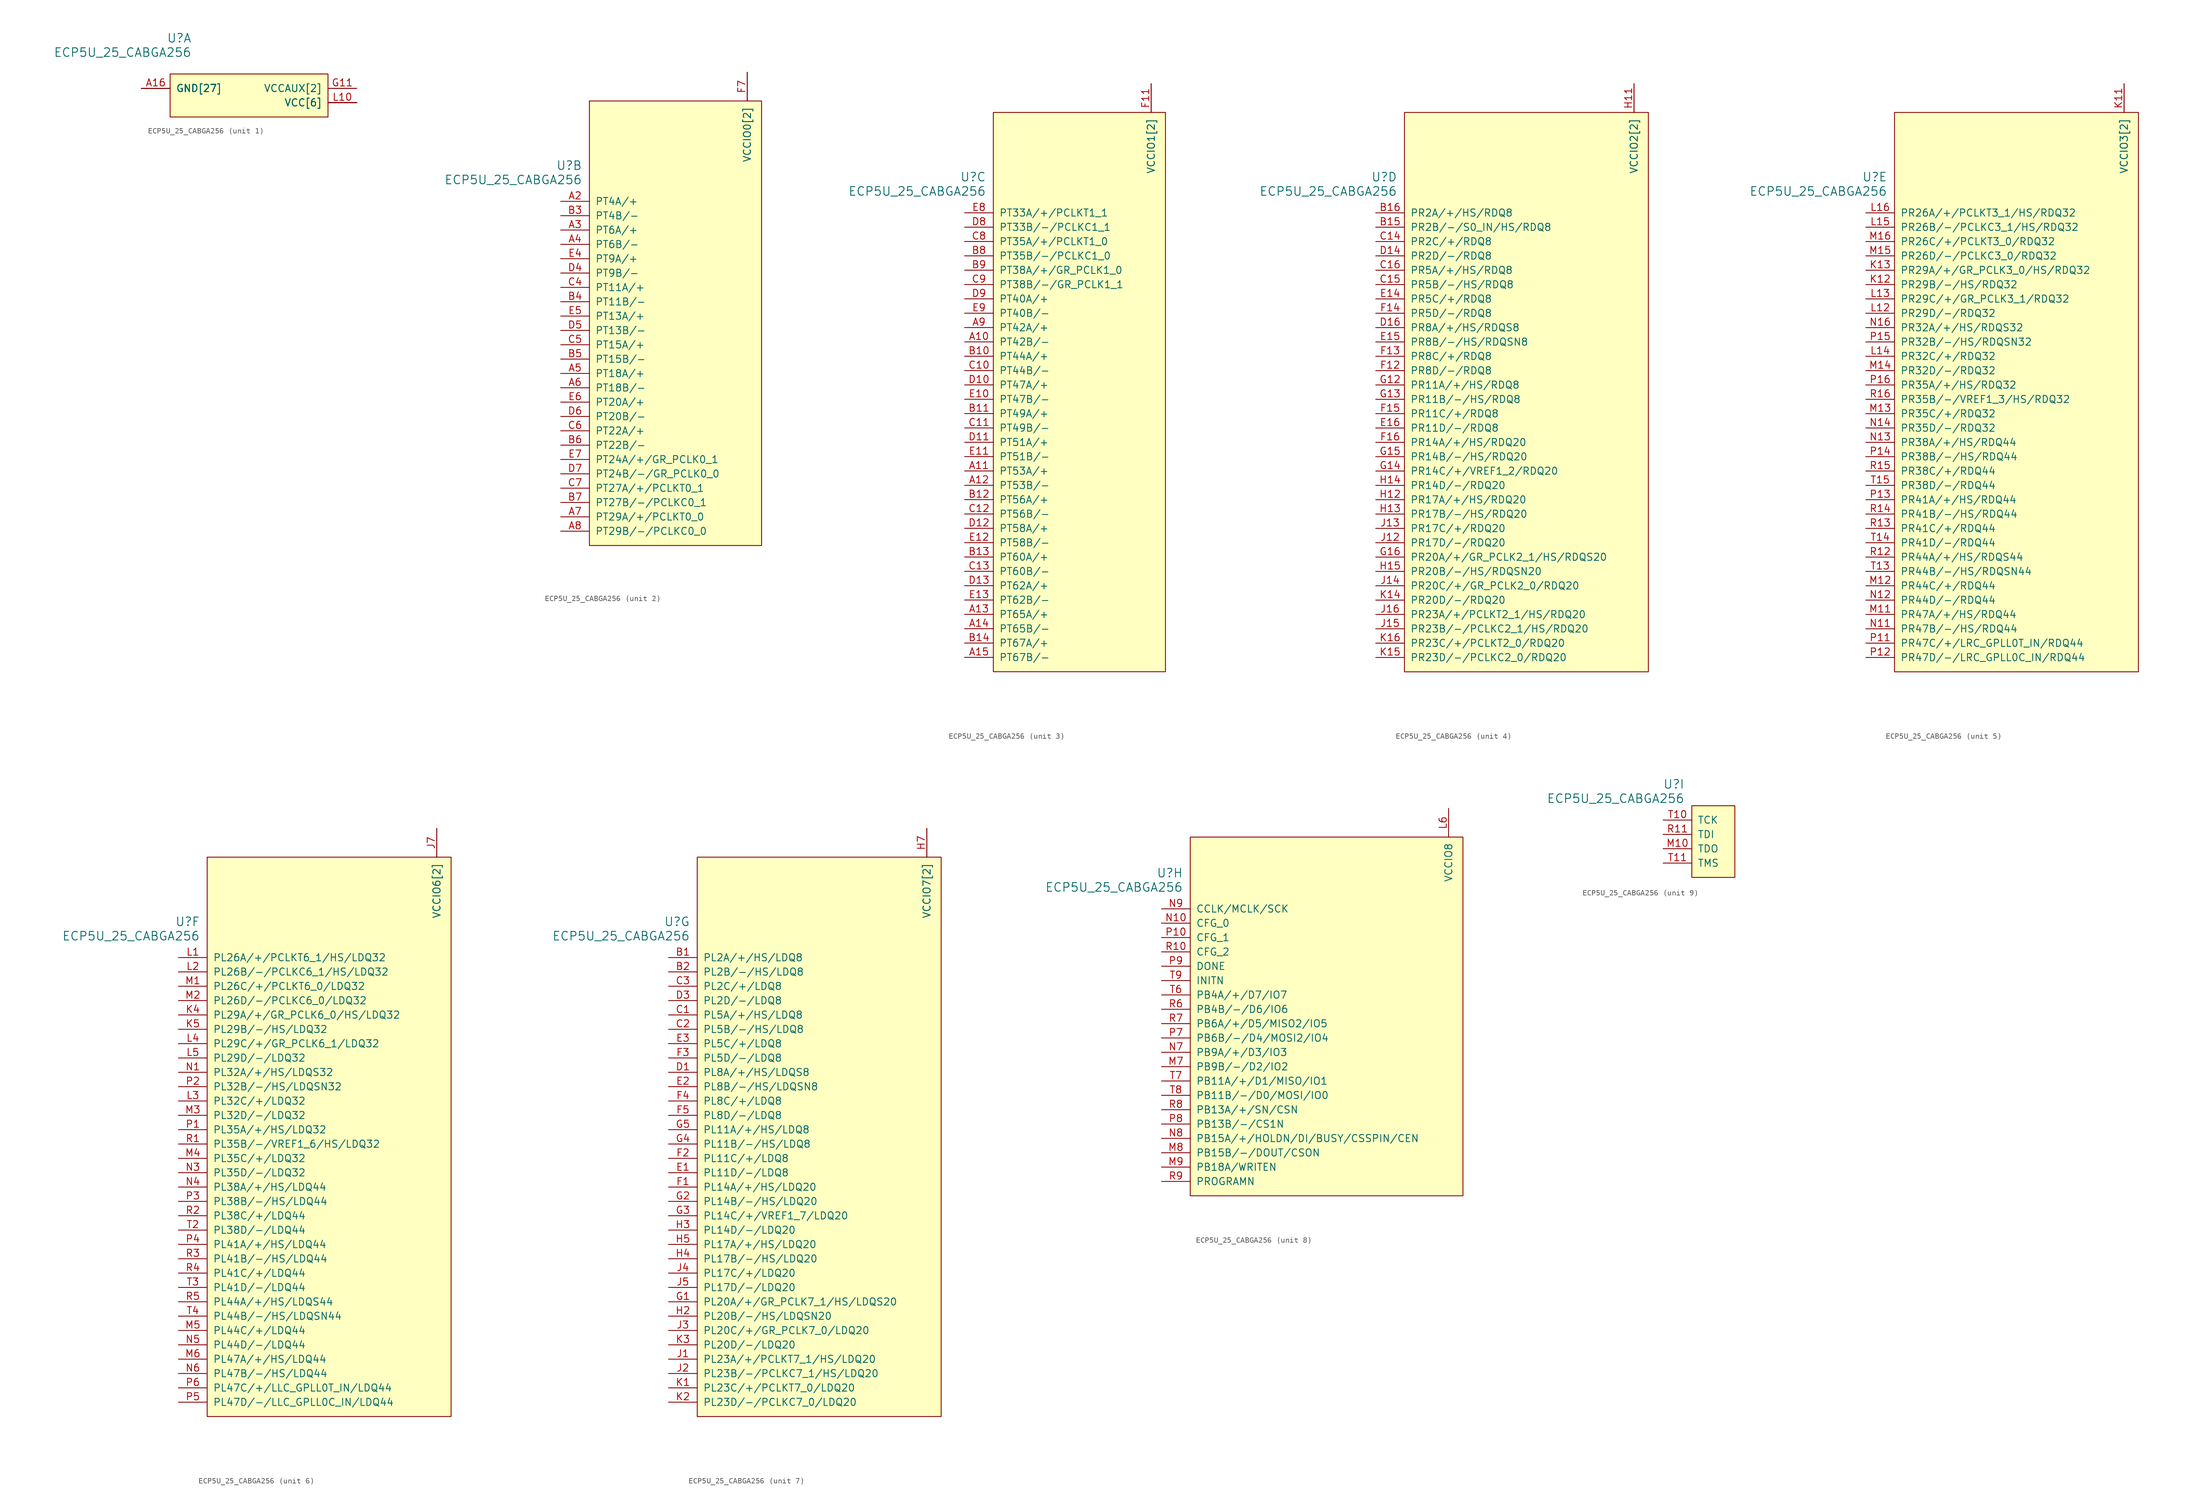
<source format=kicad_sym>
(kicad_symbol_lib
  (version 20231120)
  (generator "kicad_symbol_editor")
  (generator_version "8.0")
  (symbol "ECP5U_25_CABGA256"
    (pin_names
      (offset 1.016))
    (property "Reference" "U"
      (at 3.81 6.35 0)
      (effects (font (size 1.524 1.524)) (justify right)))
    (property "Value" "ECP5U_25_CABGA256"
      (at 3.81 3.81 0)
      (effects (font (size 1.524 1.524)) (justify right)))
    (property "ki_locked" ""
      (at 0 0 0)
      (effects (font (size 1.27 1.27))))
    (symbol "ECP5U_25_CABGA256_1_1"
      (rectangle (start 27.94 0) (end 0 -7.62) (stroke (width 0) (type default)) (fill (type background)))
      (pin power_in line (at -5.08 -2.54 0) (length 5.08) (name "GND[27]" (effects (font (size 1.27 1.27)))) (number "A1" (effects (font (size 0 0)))))
      (pin power_in line (at -5.08 -2.54 0) (length 5.08) (name "GND[27]" (effects (font (size 1.27 1.27)))) (number "A16" (effects (font (size 1.27 1.27)))))
      (pin power_in line (at -5.08 -2.54 0) (length 5.08) (name "GND[27]" (effects (font (size 1.27 1.27)))) (number "D15" (effects (font (size 0 0)))))
      (pin power_in line (at -5.08 -2.54 0) (length 5.08) (name "GND[27]" (effects (font (size 1.27 1.27)))) (number "D2" (effects (font (size 0 0)))))
      (pin power_in line (at -5.08 -2.54 0) (length 5.08) (name "GND[27]" (effects (font (size 1.27 1.27)))) (number "F8" (effects (font (size 0 0)))))
      (pin power_in line (at -5.08 -2.54 0) (length 5.08) (name "GND[27]" (effects (font (size 1.27 1.27)))) (number "F9" (effects (font (size 0 0)))))
      (pin power_in line (at -5.08 -2.54 0) (length 5.08) (name "GND[27]" (effects (font (size 1.27 1.27)))) (number "G10" (effects (font (size 0 0)))))
      (pin power_in line (at 33.02 -2.54 180) (length 5.08) (name "VCCAUX[2]" (effects (font (size 1.27 1.27)))) (number "G11" (effects (font (size 1.27 1.27)))))
      (pin power_in line (at 33.02 -5.08 180) (length 5.08) (name "VCC[6]" (effects (font (size 1.27 1.27)))) (number "G6" (effects (font (size 0 0)))))
      (pin power_in line (at 33.02 -5.08 180) (length 5.08) (name "VCC[6]" (effects (font (size 1.27 1.27)))) (number "G7" (effects (font (size 0 0)))))
      (pin power_in line (at -5.08 -2.54 0) (length 5.08) (name "GND[27]" (effects (font (size 1.27 1.27)))) (number "G8" (effects (font (size 0 0)))))
      (pin power_in line (at 33.02 -5.08 180) (length 5.08) (name "VCC[6]" (effects (font (size 1.27 1.27)))) (number "G9" (effects (font (size 0 0)))))
      (pin power_in line (at -5.08 -2.54 0) (length 5.08) (name "GND[27]" (effects (font (size 1.27 1.27)))) (number "H1" (effects (font (size 0 0)))))
      (pin power_in line (at -5.08 -2.54 0) (length 5.08) (name "GND[27]" (effects (font (size 1.27 1.27)))) (number "H10" (effects (font (size 0 0)))))
      (pin power_in line (at -5.08 -2.54 0) (length 5.08) (name "GND[27]" (effects (font (size 1.27 1.27)))) (number "H16" (effects (font (size 0 0)))))
      (pin power_in line (at -5.08 -2.54 0) (length 5.08) (name "GND[27]" (effects (font (size 1.27 1.27)))) (number "H8" (effects (font (size 0 0)))))
      (pin power_in line (at -5.08 -2.54 0) (length 5.08) (name "GND[27]" (effects (font (size 1.27 1.27)))) (number "H9" (effects (font (size 0 0)))))
      (pin power_in line (at -5.08 -2.54 0) (length 5.08) (name "GND[27]" (effects (font (size 1.27 1.27)))) (number "J10" (effects (font (size 0 0)))))
      (pin power_in line (at -5.08 -2.54 0) (length 5.08) (name "GND[27]" (effects (font (size 1.27 1.27)))) (number "J8" (effects (font (size 0 0)))))
      (pin power_in line (at -5.08 -2.54 0) (length 5.08) (name "GND[27]" (effects (font (size 1.27 1.27)))) (number "J9" (effects (font (size 0 0)))))
      (pin power_in line (at -5.08 -2.54 0) (length 5.08) (name "GND[27]" (effects (font (size 1.27 1.27)))) (number "K10" (effects (font (size 0 0)))))
      (pin power_in line (at -5.08 -2.54 0) (length 5.08) (name "GND[27]" (effects (font (size 1.27 1.27)))) (number "K6" (effects (font (size 0 0)))))
      (pin power_in line (at -5.08 -2.54 0) (length 5.08) (name "GND[27]" (effects (font (size 1.27 1.27)))) (number "K7" (effects (font (size 0 0)))))
      (pin power_in line (at -5.08 -2.54 0) (length 5.08) (name "GND[27]" (effects (font (size 1.27 1.27)))) (number "K8" (effects (font (size 0 0)))))
      (pin power_in line (at -5.08 -2.54 0) (length 5.08) (name "GND[27]" (effects (font (size 1.27 1.27)))) (number "K9" (effects (font (size 0 0)))))
      (pin power_in line (at 33.02 -5.08 180) (length 5.08) (name "VCC[6]" (effects (font (size 1.27 1.27)))) (number "L10" (effects (font (size 1.27 1.27)))))
      (pin power_in line (at 33.02 -2.54 180) (length 5.08) (name "VCCAUX[2]" (effects (font (size 1.27 1.27)))) (number "L7" (effects (font (size 0 0)))))
      (pin power_in line (at 33.02 -5.08 180) (length 5.08) (name "VCC[6]" (effects (font (size 1.27 1.27)))) (number "L8" (effects (font (size 0 0)))))
      (pin power_in line (at 33.02 -5.08 180) (length 5.08) (name "VCC[6]" (effects (font (size 1.27 1.27)))) (number "L9" (effects (font (size 0 0)))))
      (pin power_in line (at -5.08 -2.54 0) (length 5.08) (name "GND[27]" (effects (font (size 1.27 1.27)))) (number "N15" (effects (font (size 0 0)))))
      (pin power_in line (at -5.08 -2.54 0) (length 5.08) (name "GND[27]" (effects (font (size 1.27 1.27)))) (number "N2" (effects (font (size 0 0)))))
      (pin power_in line (at -5.08 -2.54 0) (length 5.08) (name "GND[27]" (effects (font (size 1.27 1.27)))) (number "T1" (effects (font (size 0 0)))))
      (pin power_in line (at -5.08 -2.54 0) (length 5.08) (name "GND[27]" (effects (font (size 1.27 1.27)))) (number "T12" (effects (font (size 0 0)))))
      (pin power_in line (at -5.08 -2.54 0) (length 5.08) (name "GND[27]" (effects (font (size 1.27 1.27)))) (number "T16" (effects (font (size 0 0)))))
      (pin power_in line (at -5.08 -2.54 0) (length 5.08) (name "GND[27]" (effects (font (size 1.27 1.27)))) (number "T5" (effects (font (size 0 0))))))
    (symbol "ECP5U_25_CABGA256_2_1"
      (rectangle (start 5.08 17.78) (end 35.56 -60.96) (stroke (width 0) (type default)) (fill (type background)))
      (pin bidirectional line (at 0 0 0) (length 5.08) (name "PT4A/+" (effects (font (size 1.27 1.27)))) (number "A2" (effects (font (size 1.27 1.27)))))
      (pin bidirectional line (at 0 -5.08 0) (length 5.08) (name "PT6A/+" (effects (font (size 1.27 1.27)))) (number "A3" (effects (font (size 1.27 1.27)))))
      (pin bidirectional line (at 0 -7.62 0) (length 5.08) (name "PT6B/-" (effects (font (size 1.27 1.27)))) (number "A4" (effects (font (size 1.27 1.27)))))
      (pin bidirectional line (at 0 -30.48 0) (length 5.08) (name "PT18A/+" (effects (font (size 1.27 1.27)))) (number "A5" (effects (font (size 1.27 1.27)))))
      (pin bidirectional line (at 0 -33.02 0) (length 5.08) (name "PT18B/-" (effects (font (size 1.27 1.27)))) (number "A6" (effects (font (size 1.27 1.27)))))
      (pin bidirectional line (at 0 -55.88 0) (length 5.08) (name "PT29A/+/PCLKT0_0" (effects (font (size 1.27 1.27)))) (number "A7" (effects (font (size 1.27 1.27)))))
      (pin bidirectional line (at 0 -58.42 0) (length 5.08) (name "PT29B/-/PCLKC0_0" (effects (font (size 1.27 1.27)))) (number "A8" (effects (font (size 1.27 1.27)))))
      (pin bidirectional line (at 0 -2.54 0) (length 5.08) (name "PT4B/-" (effects (font (size 1.27 1.27)))) (number "B3" (effects (font (size 1.27 1.27)))))
      (pin bidirectional line (at 0 -17.78 0) (length 5.08) (name "PT11B/-" (effects (font (size 1.27 1.27)))) (number "B4" (effects (font (size 1.27 1.27)))))
      (pin bidirectional line (at 0 -27.94 0) (length 5.08) (name "PT15B/-" (effects (font (size 1.27 1.27)))) (number "B5" (effects (font (size 1.27 1.27)))))
      (pin bidirectional line (at 0 -43.18 0) (length 5.08) (name "PT22B/-" (effects (font (size 1.27 1.27)))) (number "B6" (effects (font (size 1.27 1.27)))))
      (pin bidirectional line (at 0 -53.34 0) (length 5.08) (name "PT27B/-/PCLKC0_1" (effects (font (size 1.27 1.27)))) (number "B7" (effects (font (size 1.27 1.27)))))
      (pin bidirectional line (at 0 -15.24 0) (length 5.08) (name "PT11A/+" (effects (font (size 1.27 1.27)))) (number "C4" (effects (font (size 1.27 1.27)))))
      (pin bidirectional line (at 0 -25.4 0) (length 5.08) (name "PT15A/+" (effects (font (size 1.27 1.27)))) (number "C5" (effects (font (size 1.27 1.27)))))
      (pin bidirectional line (at 0 -40.64 0) (length 5.08) (name "PT22A/+" (effects (font (size 1.27 1.27)))) (number "C6" (effects (font (size 1.27 1.27)))))
      (pin bidirectional line (at 0 -50.8 0) (length 5.08) (name "PT27A/+/PCLKT0_1" (effects (font (size 1.27 1.27)))) (number "C7" (effects (font (size 1.27 1.27)))))
      (pin bidirectional line (at 0 -12.7 0) (length 5.08) (name "PT9B/-" (effects (font (size 1.27 1.27)))) (number "D4" (effects (font (size 1.27 1.27)))))
      (pin bidirectional line (at 0 -22.86 0) (length 5.08) (name "PT13B/-" (effects (font (size 1.27 1.27)))) (number "D5" (effects (font (size 1.27 1.27)))))
      (pin bidirectional line (at 0 -38.1 0) (length 5.08) (name "PT20B/-" (effects (font (size 1.27 1.27)))) (number "D6" (effects (font (size 1.27 1.27)))))
      (pin bidirectional line (at 0 -48.26 0) (length 5.08) (name "PT24B/-/GR_PCLK0_0" (effects (font (size 1.27 1.27)))) (number "D7" (effects (font (size 1.27 1.27)))))
      (pin bidirectional line (at 0 -10.16 0) (length 5.08) (name "PT9A/+" (effects (font (size 1.27 1.27)))) (number "E4" (effects (font (size 1.27 1.27)))))
      (pin bidirectional line (at 0 -20.32 0) (length 5.08) (name "PT13A/+" (effects (font (size 1.27 1.27)))) (number "E5" (effects (font (size 1.27 1.27)))))
      (pin bidirectional line (at 0 -35.56 0) (length 5.08) (name "PT20A/+" (effects (font (size 1.27 1.27)))) (number "E6" (effects (font (size 1.27 1.27)))))
      (pin bidirectional line (at 0 -45.72 0) (length 5.08) (name "PT24A/+/GR_PCLK0_1" (effects (font (size 1.27 1.27)))) (number "E7" (effects (font (size 1.27 1.27)))))
      (pin power_in line (at 33.02 22.86 270) (length 5.08) (name "VCCIO0[2]" (effects (font (size 1.27 1.27)))) (number "F6" (effects (font (size 0 0)))))
      (pin power_in line (at 33.02 22.86 270) (length 5.08) (name "VCCIO0[2]" (effects (font (size 1.27 1.27)))) (number "F7" (effects (font (size 1.27 1.27))))))
    (symbol "ECP5U_25_CABGA256_3_1"
      (rectangle (start 5.08 17.78) (end 35.56 -81.28) (stroke (width 0) (type default)) (fill (type background)))
      (pin bidirectional line (at 0 -22.86 0) (length 5.08) (name "PT42B/-" (effects (font (size 1.27 1.27)))) (number "A10" (effects (font (size 1.27 1.27)))))
      (pin bidirectional line (at 0 -45.72 0) (length 5.08) (name "PT53A/+" (effects (font (size 1.27 1.27)))) (number "A11" (effects (font (size 1.27 1.27)))))
      (pin bidirectional line (at 0 -48.26 0) (length 5.08) (name "PT53B/-" (effects (font (size 1.27 1.27)))) (number "A12" (effects (font (size 1.27 1.27)))))
      (pin bidirectional line (at 0 -71.12 0) (length 5.08) (name "PT65A/+" (effects (font (size 1.27 1.27)))) (number "A13" (effects (font (size 1.27 1.27)))))
      (pin bidirectional line (at 0 -73.66 0) (length 5.08) (name "PT65B/-" (effects (font (size 1.27 1.27)))) (number "A14" (effects (font (size 1.27 1.27)))))
      (pin bidirectional line (at 0 -78.74 0) (length 5.08) (name "PT67B/-" (effects (font (size 1.27 1.27)))) (number "A15" (effects (font (size 1.27 1.27)))))
      (pin bidirectional line (at 0 -20.32 0) (length 5.08) (name "PT42A/+" (effects (font (size 1.27 1.27)))) (number "A9" (effects (font (size 1.27 1.27)))))
      (pin bidirectional line (at 0 -25.4 0) (length 5.08) (name "PT44A/+" (effects (font (size 1.27 1.27)))) (number "B10" (effects (font (size 1.27 1.27)))))
      (pin bidirectional line (at 0 -35.56 0) (length 5.08) (name "PT49A/+" (effects (font (size 1.27 1.27)))) (number "B11" (effects (font (size 1.27 1.27)))))
      (pin bidirectional line (at 0 -50.8 0) (length 5.08) (name "PT56A/+" (effects (font (size 1.27 1.27)))) (number "B12" (effects (font (size 1.27 1.27)))))
      (pin bidirectional line (at 0 -60.96 0) (length 5.08) (name "PT60A/+" (effects (font (size 1.27 1.27)))) (number "B13" (effects (font (size 1.27 1.27)))))
      (pin bidirectional line (at 0 -76.2 0) (length 5.08) (name "PT67A/+" (effects (font (size 1.27 1.27)))) (number "B14" (effects (font (size 1.27 1.27)))))
      (pin bidirectional line (at 0 -7.62 0) (length 5.08) (name "PT35B/-/PCLKC1_0" (effects (font (size 1.27 1.27)))) (number "B8" (effects (font (size 1.27 1.27)))))
      (pin bidirectional line (at 0 -10.16 0) (length 5.08) (name "PT38A/+/GR_PCLK1_0" (effects (font (size 1.27 1.27)))) (number "B9" (effects (font (size 1.27 1.27)))))
      (pin bidirectional line (at 0 -27.94 0) (length 5.08) (name "PT44B/-" (effects (font (size 1.27 1.27)))) (number "C10" (effects (font (size 1.27 1.27)))))
      (pin bidirectional line (at 0 -38.1 0) (length 5.08) (name "PT49B/-" (effects (font (size 1.27 1.27)))) (number "C11" (effects (font (size 1.27 1.27)))))
      (pin bidirectional line (at 0 -53.34 0) (length 5.08) (name "PT56B/-" (effects (font (size 1.27 1.27)))) (number "C12" (effects (font (size 1.27 1.27)))))
      (pin bidirectional line (at 0 -63.5 0) (length 5.08) (name "PT60B/-" (effects (font (size 1.27 1.27)))) (number "C13" (effects (font (size 1.27 1.27)))))
      (pin bidirectional line (at 0 -5.08 0) (length 5.08) (name "PT35A/+/PCLKT1_0" (effects (font (size 1.27 1.27)))) (number "C8" (effects (font (size 1.27 1.27)))))
      (pin bidirectional line (at 0 -12.7 0) (length 5.08) (name "PT38B/-/GR_PCLK1_1" (effects (font (size 1.27 1.27)))) (number "C9" (effects (font (size 1.27 1.27)))))
      (pin bidirectional line (at 0 -30.48 0) (length 5.08) (name "PT47A/+" (effects (font (size 1.27 1.27)))) (number "D10" (effects (font (size 1.27 1.27)))))
      (pin bidirectional line (at 0 -40.64 0) (length 5.08) (name "PT51A/+" (effects (font (size 1.27 1.27)))) (number "D11" (effects (font (size 1.27 1.27)))))
      (pin bidirectional line (at 0 -55.88 0) (length 5.08) (name "PT58A/+" (effects (font (size 1.27 1.27)))) (number "D12" (effects (font (size 1.27 1.27)))))
      (pin bidirectional line (at 0 -66.04 0) (length 5.08) (name "PT62A/+" (effects (font (size 1.27 1.27)))) (number "D13" (effects (font (size 1.27 1.27)))))
      (pin bidirectional line (at 0 -2.54 0) (length 5.08) (name "PT33B/-/PCLKC1_1" (effects (font (size 1.27 1.27)))) (number "D8" (effects (font (size 1.27 1.27)))))
      (pin bidirectional line (at 0 -15.24 0) (length 5.08) (name "PT40A/+" (effects (font (size 1.27 1.27)))) (number "D9" (effects (font (size 1.27 1.27)))))
      (pin bidirectional line (at 0 -33.02 0) (length 5.08) (name "PT47B/-" (effects (font (size 1.27 1.27)))) (number "E10" (effects (font (size 1.27 1.27)))))
      (pin bidirectional line (at 0 -43.18 0) (length 5.08) (name "PT51B/-" (effects (font (size 1.27 1.27)))) (number "E11" (effects (font (size 1.27 1.27)))))
      (pin bidirectional line (at 0 -58.42 0) (length 5.08) (name "PT58B/-" (effects (font (size 1.27 1.27)))) (number "E12" (effects (font (size 1.27 1.27)))))
      (pin bidirectional line (at 0 -68.58 0) (length 5.08) (name "PT62B/-" (effects (font (size 1.27 1.27)))) (number "E13" (effects (font (size 1.27 1.27)))))
      (pin bidirectional line (at 0 0 0) (length 5.08) (name "PT33A/+/PCLKT1_1" (effects (font (size 1.27 1.27)))) (number "E8" (effects (font (size 1.27 1.27)))))
      (pin bidirectional line (at 0 -17.78 0) (length 5.08) (name "PT40B/-" (effects (font (size 1.27 1.27)))) (number "E9" (effects (font (size 1.27 1.27)))))
      (pin power_in line (at 33.02 22.86 270) (length 5.08) (name "VCCIO1[2]" (effects (font (size 1.27 1.27)))) (number "F10" (effects (font (size 0 0)))))
      (pin power_in line (at 33.02 22.86 270) (length 5.08) (name "VCCIO1[2]" (effects (font (size 1.27 1.27)))) (number "F11" (effects (font (size 1.27 1.27))))))
    (symbol "ECP5U_25_CABGA256_4_1"
      (rectangle (start 5.08 17.78) (end 48.26 -81.28) (stroke (width 0) (type default)) (fill (type background)))
      (pin bidirectional line (at 0 -2.54 0) (length 5.08) (name "PR2B/-/S0_IN/HS/RDQ8" (effects (font (size 1.27 1.27)))) (number "B15" (effects (font (size 1.27 1.27)))))
      (pin bidirectional line (at 0 0 0) (length 5.08) (name "PR2A/+/HS/RDQ8" (effects (font (size 1.27 1.27)))) (number "B16" (effects (font (size 1.27 1.27)))))
      (pin bidirectional line (at 0 -5.08 0) (length 5.08) (name "PR2C/+/RDQ8" (effects (font (size 1.27 1.27)))) (number "C14" (effects (font (size 1.27 1.27)))))
      (pin bidirectional line (at 0 -12.7 0) (length 5.08) (name "PR5B/-/HS/RDQ8" (effects (font (size 1.27 1.27)))) (number "C15" (effects (font (size 1.27 1.27)))))
      (pin bidirectional line (at 0 -10.16 0) (length 5.08) (name "PR5A/+/HS/RDQ8" (effects (font (size 1.27 1.27)))) (number "C16" (effects (font (size 1.27 1.27)))))
      (pin bidirectional line (at 0 -7.62 0) (length 5.08) (name "PR2D/-/RDQ8" (effects (font (size 1.27 1.27)))) (number "D14" (effects (font (size 1.27 1.27)))))
      (pin bidirectional line (at 0 -20.32 0) (length 5.08) (name "PR8A/+/HS/RDQS8" (effects (font (size 1.27 1.27)))) (number "D16" (effects (font (size 1.27 1.27)))))
      (pin bidirectional line (at 0 -15.24 0) (length 5.08) (name "PR5C/+/RDQ8" (effects (font (size 1.27 1.27)))) (number "E14" (effects (font (size 1.27 1.27)))))
      (pin bidirectional line (at 0 -22.86 0) (length 5.08) (name "PR8B/-/HS/RDQSN8" (effects (font (size 1.27 1.27)))) (number "E15" (effects (font (size 1.27 1.27)))))
      (pin bidirectional line (at 0 -38.1 0) (length 5.08) (name "PR11D/-/RDQ8" (effects (font (size 1.27 1.27)))) (number "E16" (effects (font (size 1.27 1.27)))))
      (pin bidirectional line (at 0 -27.94 0) (length 5.08) (name "PR8D/-/RDQ8" (effects (font (size 1.27 1.27)))) (number "F12" (effects (font (size 1.27 1.27)))))
      (pin bidirectional line (at 0 -25.4 0) (length 5.08) (name "PR8C/+/RDQ8" (effects (font (size 1.27 1.27)))) (number "F13" (effects (font (size 1.27 1.27)))))
      (pin bidirectional line (at 0 -17.78 0) (length 5.08) (name "PR5D/-/RDQ8" (effects (font (size 1.27 1.27)))) (number "F14" (effects (font (size 1.27 1.27)))))
      (pin bidirectional line (at 0 -35.56 0) (length 5.08) (name "PR11C/+/RDQ8" (effects (font (size 1.27 1.27)))) (number "F15" (effects (font (size 1.27 1.27)))))
      (pin bidirectional line (at 0 -40.64 0) (length 5.08) (name "PR14A/+/HS/RDQ20" (effects (font (size 1.27 1.27)))) (number "F16" (effects (font (size 1.27 1.27)))))
      (pin bidirectional line (at 0 -30.48 0) (length 5.08) (name "PR11A/+/HS/RDQ8" (effects (font (size 1.27 1.27)))) (number "G12" (effects (font (size 1.27 1.27)))))
      (pin bidirectional line (at 0 -33.02 0) (length 5.08) (name "PR11B/-/HS/RDQ8" (effects (font (size 1.27 1.27)))) (number "G13" (effects (font (size 1.27 1.27)))))
      (pin bidirectional line (at 0 -45.72 0) (length 5.08) (name "PR14C/+/VREF1_2/RDQ20" (effects (font (size 1.27 1.27)))) (number "G14" (effects (font (size 1.27 1.27)))))
      (pin bidirectional line (at 0 -43.18 0) (length 5.08) (name "PR14B/-/HS/RDQ20" (effects (font (size 1.27 1.27)))) (number "G15" (effects (font (size 1.27 1.27)))))
      (pin bidirectional line (at 0 -60.96 0) (length 5.08) (name "PR20A/+/GR_PCLK2_1/HS/RDQS20" (effects (font (size 1.27 1.27)))) (number "G16" (effects (font (size 1.27 1.27)))))
      (pin power_in line (at 45.72 22.86 270) (length 5.08) (name "VCCIO2[2]" (effects (font (size 1.27 1.27)))) (number "H11" (effects (font (size 1.27 1.27)))))
      (pin bidirectional line (at 0 -50.8 0) (length 5.08) (name "PR17A/+/HS/RDQ20" (effects (font (size 1.27 1.27)))) (number "H12" (effects (font (size 1.27 1.27)))))
      (pin bidirectional line (at 0 -53.34 0) (length 5.08) (name "PR17B/-/HS/RDQ20" (effects (font (size 1.27 1.27)))) (number "H13" (effects (font (size 1.27 1.27)))))
      (pin bidirectional line (at 0 -48.26 0) (length 5.08) (name "PR14D/-/RDQ20" (effects (font (size 1.27 1.27)))) (number "H14" (effects (font (size 1.27 1.27)))))
      (pin bidirectional line (at 0 -63.5 0) (length 5.08) (name "PR20B/-/HS/RDQSN20" (effects (font (size 1.27 1.27)))) (number "H15" (effects (font (size 1.27 1.27)))))
      (pin power_in line (at 45.72 22.86 270) (length 5.08) (name "VCCIO2[2]" (effects (font (size 1.27 1.27)))) (number "J11" (effects (font (size 0 0)))))
      (pin bidirectional line (at 0 -58.42 0) (length 5.08) (name "PR17D/-/RDQ20" (effects (font (size 1.27 1.27)))) (number "J12" (effects (font (size 1.27 1.27)))))
      (pin bidirectional line (at 0 -55.88 0) (length 5.08) (name "PR17C/+/RDQ20" (effects (font (size 1.27 1.27)))) (number "J13" (effects (font (size 1.27 1.27)))))
      (pin bidirectional line (at 0 -66.04 0) (length 5.08) (name "PR20C/+/GR_PCLK2_0/RDQ20" (effects (font (size 1.27 1.27)))) (number "J14" (effects (font (size 1.27 1.27)))))
      (pin bidirectional line (at 0 -73.66 0) (length 5.08) (name "PR23B/-/PCLKC2_1/HS/RDQ20" (effects (font (size 1.27 1.27)))) (number "J15" (effects (font (size 1.27 1.27)))))
      (pin bidirectional line (at 0 -71.12 0) (length 5.08) (name "PR23A/+/PCLKT2_1/HS/RDQ20" (effects (font (size 1.27 1.27)))) (number "J16" (effects (font (size 1.27 1.27)))))
      (pin bidirectional line (at 0 -68.58 0) (length 5.08) (name "PR20D/-/RDQ20" (effects (font (size 1.27 1.27)))) (number "K14" (effects (font (size 1.27 1.27)))))
      (pin bidirectional line (at 0 -78.74 0) (length 5.08) (name "PR23D/-/PCLKC2_0/RDQ20" (effects (font (size 1.27 1.27)))) (number "K15" (effects (font (size 1.27 1.27)))))
      (pin bidirectional line (at 0 -76.2 0) (length 5.08) (name "PR23C/+/PCLKT2_0/RDQ20" (effects (font (size 1.27 1.27)))) (number "K16" (effects (font (size 1.27 1.27))))))
    (symbol "ECP5U_25_CABGA256_5_1"
      (rectangle (start 5.08 17.78) (end 48.26 -81.28) (stroke (width 0) (type default)) (fill (type background)))
      (pin power_in line (at 45.72 22.86 270) (length 5.08) (name "VCCIO3[2]" (effects (font (size 1.27 1.27)))) (number "K11" (effects (font (size 1.27 1.27)))))
      (pin bidirectional line (at 0 -12.7 0) (length 5.08) (name "PR29B/-/HS/RDQ32" (effects (font (size 1.27 1.27)))) (number "K12" (effects (font (size 1.27 1.27)))))
      (pin bidirectional line (at 0 -10.16 0) (length 5.08) (name "PR29A/+/GR_PCLK3_0/HS/RDQ32" (effects (font (size 1.27 1.27)))) (number "K13" (effects (font (size 1.27 1.27)))))
      (pin power_in line (at 45.72 22.86 270) (length 5.08) (name "VCCIO3[2]" (effects (font (size 1.27 1.27)))) (number "L11" (effects (font (size 0 0)))))
      (pin bidirectional line (at 0 -17.78 0) (length 5.08) (name "PR29D/-/RDQ32" (effects (font (size 1.27 1.27)))) (number "L12" (effects (font (size 1.27 1.27)))))
      (pin bidirectional line (at 0 -15.24 0) (length 5.08) (name "PR29C/+/GR_PCLK3_1/RDQ32" (effects (font (size 1.27 1.27)))) (number "L13" (effects (font (size 1.27 1.27)))))
      (pin bidirectional line (at 0 -25.4 0) (length 5.08) (name "PR32C/+/RDQ32" (effects (font (size 1.27 1.27)))) (number "L14" (effects (font (size 1.27 1.27)))))
      (pin bidirectional line (at 0 -2.54 0) (length 5.08) (name "PR26B/-/PCLKC3_1/HS/RDQ32" (effects (font (size 1.27 1.27)))) (number "L15" (effects (font (size 1.27 1.27)))))
      (pin bidirectional line (at 0 0 0) (length 5.08) (name "PR26A/+/PCLKT3_1/HS/RDQ32" (effects (font (size 1.27 1.27)))) (number "L16" (effects (font (size 1.27 1.27)))))
      (pin bidirectional line (at 0 -71.12 0) (length 5.08) (name "PR47A/+/HS/RDQ44" (effects (font (size 1.27 1.27)))) (number "M11" (effects (font (size 1.27 1.27)))))
      (pin bidirectional line (at 0 -66.04 0) (length 5.08) (name "PR44C/+/RDQ44" (effects (font (size 1.27 1.27)))) (number "M12" (effects (font (size 1.27 1.27)))))
      (pin bidirectional line (at 0 -35.56 0) (length 5.08) (name "PR35C/+/RDQ32" (effects (font (size 1.27 1.27)))) (number "M13" (effects (font (size 1.27 1.27)))))
      (pin bidirectional line (at 0 -27.94 0) (length 5.08) (name "PR32D/-/RDQ32" (effects (font (size 1.27 1.27)))) (number "M14" (effects (font (size 1.27 1.27)))))
      (pin bidirectional line (at 0 -7.62 0) (length 5.08) (name "PR26D/-/PCLKC3_0/RDQ32" (effects (font (size 1.27 1.27)))) (number "M15" (effects (font (size 1.27 1.27)))))
      (pin bidirectional line (at 0 -5.08 0) (length 5.08) (name "PR26C/+/PCLKT3_0/RDQ32" (effects (font (size 1.27 1.27)))) (number "M16" (effects (font (size 1.27 1.27)))))
      (pin bidirectional line (at 0 -73.66 0) (length 5.08) (name "PR47B/-/HS/RDQ44" (effects (font (size 1.27 1.27)))) (number "N11" (effects (font (size 1.27 1.27)))))
      (pin bidirectional line (at 0 -68.58 0) (length 5.08) (name "PR44D/-/RDQ44" (effects (font (size 1.27 1.27)))) (number "N12" (effects (font (size 1.27 1.27)))))
      (pin bidirectional line (at 0 -40.64 0) (length 5.08) (name "PR38A/+/HS/RDQ44" (effects (font (size 1.27 1.27)))) (number "N13" (effects (font (size 1.27 1.27)))))
      (pin bidirectional line (at 0 -38.1 0) (length 5.08) (name "PR35D/-/RDQ32" (effects (font (size 1.27 1.27)))) (number "N14" (effects (font (size 1.27 1.27)))))
      (pin bidirectional line (at 0 -20.32 0) (length 5.08) (name "PR32A/+/HS/RDQS32" (effects (font (size 1.27 1.27)))) (number "N16" (effects (font (size 1.27 1.27)))))
      (pin bidirectional line (at 0 -76.2 0) (length 5.08) (name "PR47C/+/LRC_GPLL0T_IN/RDQ44" (effects (font (size 1.27 1.27)))) (number "P11" (effects (font (size 1.27 1.27)))))
      (pin bidirectional line (at 0 -78.74 0) (length 5.08) (name "PR47D/-/LRC_GPLL0C_IN/RDQ44" (effects (font (size 1.27 1.27)))) (number "P12" (effects (font (size 1.27 1.27)))))
      (pin bidirectional line (at 0 -50.8 0) (length 5.08) (name "PR41A/+/HS/RDQ44" (effects (font (size 1.27 1.27)))) (number "P13" (effects (font (size 1.27 1.27)))))
      (pin bidirectional line (at 0 -43.18 0) (length 5.08) (name "PR38B/-/HS/RDQ44" (effects (font (size 1.27 1.27)))) (number "P14" (effects (font (size 1.27 1.27)))))
      (pin bidirectional line (at 0 -22.86 0) (length 5.08) (name "PR32B/-/HS/RDQSN32" (effects (font (size 1.27 1.27)))) (number "P15" (effects (font (size 1.27 1.27)))))
      (pin bidirectional line (at 0 -30.48 0) (length 5.08) (name "PR35A/+/HS/RDQ32" (effects (font (size 1.27 1.27)))) (number "P16" (effects (font (size 1.27 1.27)))))
      (pin bidirectional line (at 0 -60.96 0) (length 5.08) (name "PR44A/+/HS/RDQS44" (effects (font (size 1.27 1.27)))) (number "R12" (effects (font (size 1.27 1.27)))))
      (pin bidirectional line (at 0 -55.88 0) (length 5.08) (name "PR41C/+/RDQ44" (effects (font (size 1.27 1.27)))) (number "R13" (effects (font (size 1.27 1.27)))))
      (pin bidirectional line (at 0 -53.34 0) (length 5.08) (name "PR41B/-/HS/RDQ44" (effects (font (size 1.27 1.27)))) (number "R14" (effects (font (size 1.27 1.27)))))
      (pin bidirectional line (at 0 -45.72 0) (length 5.08) (name "PR38C/+/RDQ44" (effects (font (size 1.27 1.27)))) (number "R15" (effects (font (size 1.27 1.27)))))
      (pin bidirectional line (at 0 -33.02 0) (length 5.08) (name "PR35B/-/VREF1_3/HS/RDQ32" (effects (font (size 1.27 1.27)))) (number "R16" (effects (font (size 1.27 1.27)))))
      (pin bidirectional line (at 0 -63.5 0) (length 5.08) (name "PR44B/-/HS/RDQSN44" (effects (font (size 1.27 1.27)))) (number "T13" (effects (font (size 1.27 1.27)))))
      (pin bidirectional line (at 0 -58.42 0) (length 5.08) (name "PR41D/-/RDQ44" (effects (font (size 1.27 1.27)))) (number "T14" (effects (font (size 1.27 1.27)))))
      (pin bidirectional line (at 0 -48.26 0) (length 5.08) (name "PR38D/-/RDQ44" (effects (font (size 1.27 1.27)))) (number "T15" (effects (font (size 1.27 1.27))))))
    (symbol "ECP5U_25_CABGA256_6_1"
      (rectangle (start 5.08 17.78) (end 48.26 -81.28) (stroke (width 0) (type default)) (fill (type background)))
      (pin power_in line (at 45.72 22.86 270) (length 5.08) (name "VCCIO6[2]" (effects (font (size 1.27 1.27)))) (number "J6" (effects (font (size 0 0)))))
      (pin power_in line (at 45.72 22.86 270) (length 5.08) (name "VCCIO6[2]" (effects (font (size 1.27 1.27)))) (number "J7" (effects (font (size 1.27 1.27)))))
      (pin bidirectional line (at 0 -10.16 0) (length 5.08) (name "PL29A/+/GR_PCLK6_0/HS/LDQ32" (effects (font (size 1.27 1.27)))) (number "K4" (effects (font (size 1.27 1.27)))))
      (pin bidirectional line (at 0 -12.7 0) (length 5.08) (name "PL29B/-/HS/LDQ32" (effects (font (size 1.27 1.27)))) (number "K5" (effects (font (size 1.27 1.27)))))
      (pin bidirectional line (at 0 0 0) (length 5.08) (name "PL26A/+/PCLKT6_1/HS/LDQ32" (effects (font (size 1.27 1.27)))) (number "L1" (effects (font (size 1.27 1.27)))))
      (pin bidirectional line (at 0 -2.54 0) (length 5.08) (name "PL26B/-/PCLKC6_1/HS/LDQ32" (effects (font (size 1.27 1.27)))) (number "L2" (effects (font (size 1.27 1.27)))))
      (pin bidirectional line (at 0 -25.4 0) (length 5.08) (name "PL32C/+/LDQ32" (effects (font (size 1.27 1.27)))) (number "L3" (effects (font (size 1.27 1.27)))))
      (pin bidirectional line (at 0 -15.24 0) (length 5.08) (name "PL29C/+/GR_PCLK6_1/LDQ32" (effects (font (size 1.27 1.27)))) (number "L4" (effects (font (size 1.27 1.27)))))
      (pin bidirectional line (at 0 -17.78 0) (length 5.08) (name "PL29D/-/LDQ32" (effects (font (size 1.27 1.27)))) (number "L5" (effects (font (size 1.27 1.27)))))
      (pin bidirectional line (at 0 -5.08 0) (length 5.08) (name "PL26C/+/PCLKT6_0/LDQ32" (effects (font (size 1.27 1.27)))) (number "M1" (effects (font (size 1.27 1.27)))))
      (pin bidirectional line (at 0 -7.62 0) (length 5.08) (name "PL26D/-/PCLKC6_0/LDQ32" (effects (font (size 1.27 1.27)))) (number "M2" (effects (font (size 1.27 1.27)))))
      (pin bidirectional line (at 0 -27.94 0) (length 5.08) (name "PL32D/-/LDQ32" (effects (font (size 1.27 1.27)))) (number "M3" (effects (font (size 1.27 1.27)))))
      (pin bidirectional line (at 0 -35.56 0) (length 5.08) (name "PL35C/+/LDQ32" (effects (font (size 1.27 1.27)))) (number "M4" (effects (font (size 1.27 1.27)))))
      (pin bidirectional line (at 0 -66.04 0) (length 5.08) (name "PL44C/+/LDQ44" (effects (font (size 1.27 1.27)))) (number "M5" (effects (font (size 1.27 1.27)))))
      (pin bidirectional line (at 0 -71.12 0) (length 5.08) (name "PL47A/+/HS/LDQ44" (effects (font (size 1.27 1.27)))) (number "M6" (effects (font (size 1.27 1.27)))))
      (pin bidirectional line (at 0 -20.32 0) (length 5.08) (name "PL32A/+/HS/LDQS32" (effects (font (size 1.27 1.27)))) (number "N1" (effects (font (size 1.27 1.27)))))
      (pin bidirectional line (at 0 -38.1 0) (length 5.08) (name "PL35D/-/LDQ32" (effects (font (size 1.27 1.27)))) (number "N3" (effects (font (size 1.27 1.27)))))
      (pin bidirectional line (at 0 -40.64 0) (length 5.08) (name "PL38A/+/HS/LDQ44" (effects (font (size 1.27 1.27)))) (number "N4" (effects (font (size 1.27 1.27)))))
      (pin bidirectional line (at 0 -68.58 0) (length 5.08) (name "PL44D/-/LDQ44" (effects (font (size 1.27 1.27)))) (number "N5" (effects (font (size 1.27 1.27)))))
      (pin bidirectional line (at 0 -73.66 0) (length 5.08) (name "PL47B/-/HS/LDQ44" (effects (font (size 1.27 1.27)))) (number "N6" (effects (font (size 1.27 1.27)))))
      (pin bidirectional line (at 0 -30.48 0) (length 5.08) (name "PL35A/+/HS/LDQ32" (effects (font (size 1.27 1.27)))) (number "P1" (effects (font (size 1.27 1.27)))))
      (pin bidirectional line (at 0 -22.86 0) (length 5.08) (name "PL32B/-/HS/LDQSN32" (effects (font (size 1.27 1.27)))) (number "P2" (effects (font (size 1.27 1.27)))))
      (pin bidirectional line (at 0 -43.18 0) (length 5.08) (name "PL38B/-/HS/LDQ44" (effects (font (size 1.27 1.27)))) (number "P3" (effects (font (size 1.27 1.27)))))
      (pin bidirectional line (at 0 -50.8 0) (length 5.08) (name "PL41A/+/HS/LDQ44" (effects (font (size 1.27 1.27)))) (number "P4" (effects (font (size 1.27 1.27)))))
      (pin bidirectional line (at 0 -78.74 0) (length 5.08) (name "PL47D/-/LLC_GPLL0C_IN/LDQ44" (effects (font (size 1.27 1.27)))) (number "P5" (effects (font (size 1.27 1.27)))))
      (pin bidirectional line (at 0 -76.2 0) (length 5.08) (name "PL47C/+/LLC_GPLL0T_IN/LDQ44" (effects (font (size 1.27 1.27)))) (number "P6" (effects (font (size 1.27 1.27)))))
      (pin bidirectional line (at 0 -33.02 0) (length 5.08) (name "PL35B/-/VREF1_6/HS/LDQ32" (effects (font (size 1.27 1.27)))) (number "R1" (effects (font (size 1.27 1.27)))))
      (pin bidirectional line (at 0 -45.72 0) (length 5.08) (name "PL38C/+/LDQ44" (effects (font (size 1.27 1.27)))) (number "R2" (effects (font (size 1.27 1.27)))))
      (pin bidirectional line (at 0 -53.34 0) (length 5.08) (name "PL41B/-/HS/LDQ44" (effects (font (size 1.27 1.27)))) (number "R3" (effects (font (size 1.27 1.27)))))
      (pin bidirectional line (at 0 -55.88 0) (length 5.08) (name "PL41C/+/LDQ44" (effects (font (size 1.27 1.27)))) (number "R4" (effects (font (size 1.27 1.27)))))
      (pin bidirectional line (at 0 -60.96 0) (length 5.08) (name "PL44A/+/HS/LDQS44" (effects (font (size 1.27 1.27)))) (number "R5" (effects (font (size 1.27 1.27)))))
      (pin bidirectional line (at 0 -48.26 0) (length 5.08) (name "PL38D/-/LDQ44" (effects (font (size 1.27 1.27)))) (number "T2" (effects (font (size 1.27 1.27)))))
      (pin bidirectional line (at 0 -58.42 0) (length 5.08) (name "PL41D/-/LDQ44" (effects (font (size 1.27 1.27)))) (number "T3" (effects (font (size 1.27 1.27)))))
      (pin bidirectional line (at 0 -63.5 0) (length 5.08) (name "PL44B/-/HS/LDQSN44" (effects (font (size 1.27 1.27)))) (number "T4" (effects (font (size 1.27 1.27))))))
    (symbol "ECP5U_25_CABGA256_7_1"
      (rectangle (start 5.08 17.78) (end 48.26 -81.28) (stroke (width 0) (type default)) (fill (type background)))
      (pin bidirectional line (at 0 0 0) (length 5.08) (name "PL2A/+/HS/LDQ8" (effects (font (size 1.27 1.27)))) (number "B1" (effects (font (size 1.27 1.27)))))
      (pin bidirectional line (at 0 -2.54 0) (length 5.08) (name "PL2B/-/HS/LDQ8" (effects (font (size 1.27 1.27)))) (number "B2" (effects (font (size 1.27 1.27)))))
      (pin bidirectional line (at 0 -10.16 0) (length 5.08) (name "PL5A/+/HS/LDQ8" (effects (font (size 1.27 1.27)))) (number "C1" (effects (font (size 1.27 1.27)))))
      (pin bidirectional line (at 0 -12.7 0) (length 5.08) (name "PL5B/-/HS/LDQ8" (effects (font (size 1.27 1.27)))) (number "C2" (effects (font (size 1.27 1.27)))))
      (pin bidirectional line (at 0 -5.08 0) (length 5.08) (name "PL2C/+/LDQ8" (effects (font (size 1.27 1.27)))) (number "C3" (effects (font (size 1.27 1.27)))))
      (pin bidirectional line (at 0 -20.32 0) (length 5.08) (name "PL8A/+/HS/LDQS8" (effects (font (size 1.27 1.27)))) (number "D1" (effects (font (size 1.27 1.27)))))
      (pin bidirectional line (at 0 -7.62 0) (length 5.08) (name "PL2D/-/LDQ8" (effects (font (size 1.27 1.27)))) (number "D3" (effects (font (size 1.27 1.27)))))
      (pin bidirectional line (at 0 -38.1 0) (length 5.08) (name "PL11D/-/LDQ8" (effects (font (size 1.27 1.27)))) (number "E1" (effects (font (size 1.27 1.27)))))
      (pin bidirectional line (at 0 -22.86 0) (length 5.08) (name "PL8B/-/HS/LDQSN8" (effects (font (size 1.27 1.27)))) (number "E2" (effects (font (size 1.27 1.27)))))
      (pin bidirectional line (at 0 -15.24 0) (length 5.08) (name "PL5C/+/LDQ8" (effects (font (size 1.27 1.27)))) (number "E3" (effects (font (size 1.27 1.27)))))
      (pin bidirectional line (at 0 -40.64 0) (length 5.08) (name "PL14A/+/HS/LDQ20" (effects (font (size 1.27 1.27)))) (number "F1" (effects (font (size 1.27 1.27)))))
      (pin bidirectional line (at 0 -35.56 0) (length 5.08) (name "PL11C/+/LDQ8" (effects (font (size 1.27 1.27)))) (number "F2" (effects (font (size 1.27 1.27)))))
      (pin bidirectional line (at 0 -17.78 0) (length 5.08) (name "PL5D/-/LDQ8" (effects (font (size 1.27 1.27)))) (number "F3" (effects (font (size 1.27 1.27)))))
      (pin bidirectional line (at 0 -25.4 0) (length 5.08) (name "PL8C/+/LDQ8" (effects (font (size 1.27 1.27)))) (number "F4" (effects (font (size 1.27 1.27)))))
      (pin bidirectional line (at 0 -27.94 0) (length 5.08) (name "PL8D/-/LDQ8" (effects (font (size 1.27 1.27)))) (number "F5" (effects (font (size 1.27 1.27)))))
      (pin bidirectional line (at 0 -60.96 0) (length 5.08) (name "PL20A/+/GR_PCLK7_1/HS/LDQS20" (effects (font (size 1.27 1.27)))) (number "G1" (effects (font (size 1.27 1.27)))))
      (pin bidirectional line (at 0 -43.18 0) (length 5.08) (name "PL14B/-/HS/LDQ20" (effects (font (size 1.27 1.27)))) (number "G2" (effects (font (size 1.27 1.27)))))
      (pin bidirectional line (at 0 -45.72 0) (length 5.08) (name "PL14C/+/VREF1_7/LDQ20" (effects (font (size 1.27 1.27)))) (number "G3" (effects (font (size 1.27 1.27)))))
      (pin bidirectional line (at 0 -33.02 0) (length 5.08) (name "PL11B/-/HS/LDQ8" (effects (font (size 1.27 1.27)))) (number "G4" (effects (font (size 1.27 1.27)))))
      (pin bidirectional line (at 0 -30.48 0) (length 5.08) (name "PL11A/+/HS/LDQ8" (effects (font (size 1.27 1.27)))) (number "G5" (effects (font (size 1.27 1.27)))))
      (pin bidirectional line (at 0 -63.5 0) (length 5.08) (name "PL20B/-/HS/LDQSN20" (effects (font (size 1.27 1.27)))) (number "H2" (effects (font (size 1.27 1.27)))))
      (pin bidirectional line (at 0 -48.26 0) (length 5.08) (name "PL14D/-/LDQ20" (effects (font (size 1.27 1.27)))) (number "H3" (effects (font (size 1.27 1.27)))))
      (pin bidirectional line (at 0 -53.34 0) (length 5.08) (name "PL17B/-/HS/LDQ20" (effects (font (size 1.27 1.27)))) (number "H4" (effects (font (size 1.27 1.27)))))
      (pin bidirectional line (at 0 -50.8 0) (length 5.08) (name "PL17A/+/HS/LDQ20" (effects (font (size 1.27 1.27)))) (number "H5" (effects (font (size 1.27 1.27)))))
      (pin power_in line (at 45.72 22.86 270) (length 5.08) (name "VCCIO7[2]" (effects (font (size 1.27 1.27)))) (number "H6" (effects (font (size 0 0)))))
      (pin power_in line (at 45.72 22.86 270) (length 5.08) (name "VCCIO7[2]" (effects (font (size 1.27 1.27)))) (number "H7" (effects (font (size 1.27 1.27)))))
      (pin bidirectional line (at 0 -71.12 0) (length 5.08) (name "PL23A/+/PCLKT7_1/HS/LDQ20" (effects (font (size 1.27 1.27)))) (number "J1" (effects (font (size 1.27 1.27)))))
      (pin bidirectional line (at 0 -73.66 0) (length 5.08) (name "PL23B/-/PCLKC7_1/HS/LDQ20" (effects (font (size 1.27 1.27)))) (number "J2" (effects (font (size 1.27 1.27)))))
      (pin bidirectional line (at 0 -66.04 0) (length 5.08) (name "PL20C/+/GR_PCLK7_0/LDQ20" (effects (font (size 1.27 1.27)))) (number "J3" (effects (font (size 1.27 1.27)))))
      (pin bidirectional line (at 0 -55.88 0) (length 5.08) (name "PL17C/+/LDQ20" (effects (font (size 1.27 1.27)))) (number "J4" (effects (font (size 1.27 1.27)))))
      (pin bidirectional line (at 0 -58.42 0) (length 5.08) (name "PL17D/-/LDQ20" (effects (font (size 1.27 1.27)))) (number "J5" (effects (font (size 1.27 1.27)))))
      (pin bidirectional line (at 0 -76.2 0) (length 5.08) (name "PL23C/+/PCLKT7_0/LDQ20" (effects (font (size 1.27 1.27)))) (number "K1" (effects (font (size 1.27 1.27)))))
      (pin bidirectional line (at 0 -78.74 0) (length 5.08) (name "PL23D/-/PCLKC7_0/LDQ20" (effects (font (size 1.27 1.27)))) (number "K2" (effects (font (size 1.27 1.27)))))
      (pin bidirectional line (at 0 -68.58 0) (length 5.08) (name "PL20D/-/LDQ20" (effects (font (size 1.27 1.27)))) (number "K3" (effects (font (size 1.27 1.27))))))
    (symbol "ECP5U_25_CABGA256_8_1"
      (rectangle (start 5.08 12.7) (end 53.34 -50.8) (stroke (width 0) (type default)) (fill (type background)))
      (pin power_in line (at 50.8 17.78 270) (length 5.08) (name "VCCIO8" (effects (font (size 1.27 1.27)))) (number "L6" (effects (font (size 1.27 1.27)))))
      (pin bidirectional line (at 0 -27.94 0) (length 5.08) (name "PB9B/-/D2/IO2" (effects (font (size 1.27 1.27)))) (number "M7" (effects (font (size 1.27 1.27)))))
      (pin bidirectional line (at 0 -43.18 0) (length 5.08) (name "PB15B/-/DOUT/CSON" (effects (font (size 1.27 1.27)))) (number "M8" (effects (font (size 1.27 1.27)))))
      (pin bidirectional line (at 0 -45.72 0) (length 5.08) (name "PB18A/WRITEN" (effects (font (size 1.27 1.27)))) (number "M9" (effects (font (size 1.27 1.27)))))
      (pin bidirectional line (at 0 -2.54 0) (length 5.08) (name "CFG_0" (effects (font (size 1.27 1.27)))) (number "N10" (effects (font (size 1.27 1.27)))))
      (pin bidirectional line (at 0 -25.4 0) (length 5.08) (name "PB9A/+/D3/IO3" (effects (font (size 1.27 1.27)))) (number "N7" (effects (font (size 1.27 1.27)))))
      (pin bidirectional line (at 0 -40.64 0) (length 5.08) (name "PB15A/+/HOLDN/DI/BUSY/CSSPIN/CEN" (effects (font (size 1.27 1.27)))) (number "N8" (effects (font (size 1.27 1.27)))))
      (pin bidirectional line (at 0 0 0) (length 5.08) (name "CCLK/MCLK/SCK" (effects (font (size 1.27 1.27)))) (number "N9" (effects (font (size 1.27 1.27)))))
      (pin bidirectional line (at 0 -5.08 0) (length 5.08) (name "CFG_1" (effects (font (size 1.27 1.27)))) (number "P10" (effects (font (size 1.27 1.27)))))
      (pin bidirectional line (at 0 -22.86 0) (length 5.08) (name "PB6B/-/D4/MOSI2/IO4" (effects (font (size 1.27 1.27)))) (number "P7" (effects (font (size 1.27 1.27)))))
      (pin bidirectional line (at 0 -38.1 0) (length 5.08) (name "PB13B/-/CS1N" (effects (font (size 1.27 1.27)))) (number "P8" (effects (font (size 1.27 1.27)))))
      (pin bidirectional line (at 0 -10.16 0) (length 5.08) (name "DONE" (effects (font (size 1.27 1.27)))) (number "P9" (effects (font (size 1.27 1.27)))))
      (pin bidirectional line (at 0 -7.62 0) (length 5.08) (name "CFG_2" (effects (font (size 1.27 1.27)))) (number "R10" (effects (font (size 1.27 1.27)))))
      (pin bidirectional line (at 0 -17.78 0) (length 5.08) (name "PB4B/-/D6/IO6" (effects (font (size 1.27 1.27)))) (number "R6" (effects (font (size 1.27 1.27)))))
      (pin bidirectional line (at 0 -20.32 0) (length 5.08) (name "PB6A/+/D5/MISO2/IO5" (effects (font (size 1.27 1.27)))) (number "R7" (effects (font (size 1.27 1.27)))))
      (pin bidirectional line (at 0 -35.56 0) (length 5.08) (name "PB13A/+/SN/CSN" (effects (font (size 1.27 1.27)))) (number "R8" (effects (font (size 1.27 1.27)))))
      (pin bidirectional line (at 0 -48.26 0) (length 5.08) (name "PROGRAMN" (effects (font (size 1.27 1.27)))) (number "R9" (effects (font (size 1.27 1.27)))))
      (pin bidirectional line (at 0 -15.24 0) (length 5.08) (name "PB4A/+/D7/IO7" (effects (font (size 1.27 1.27)))) (number "T6" (effects (font (size 1.27 1.27)))))
      (pin bidirectional line (at 0 -30.48 0) (length 5.08) (name "PB11A/+/D1/MISO/IO1" (effects (font (size 1.27 1.27)))) (number "T7" (effects (font (size 1.27 1.27)))))
      (pin bidirectional line (at 0 -33.02 0) (length 5.08) (name "PB11B/-/D0/MOSI/IO0" (effects (font (size 1.27 1.27)))) (number "T8" (effects (font (size 1.27 1.27)))))
      (pin bidirectional line (at 0 -12.7 0) (length 5.08) (name "INITN" (effects (font (size 1.27 1.27)))) (number "T9" (effects (font (size 1.27 1.27))))))
    (symbol "ECP5U_25_CABGA256_9_1"
      (rectangle (start 5.08 2.54) (end 12.7 -10.16) (stroke (width 0) (type default)) (fill (type background)))
      (pin bidirectional line (at 0 -5.08 0) (length 5.08) (name "TDO" (effects (font (size 1.27 1.27)))) (number "M10" (effects (font (size 1.27 1.27)))))
      (pin bidirectional line (at 0 -2.54 0) (length 5.08) (name "TDI" (effects (font (size 1.27 1.27)))) (number "R11" (effects (font (size 1.27 1.27)))))
      (pin bidirectional line (at 0 0 0) (length 5.08) (name "TCK" (effects (font (size 1.27 1.27)))) (number "T10" (effects (font (size 1.27 1.27)))))
      (pin bidirectional line (at 0 -7.62 0) (length 5.08) (name "TMS" (effects (font (size 1.27 1.27)))) (number "T11" (effects (font (size 1.27 1.27))))))))
</source>
